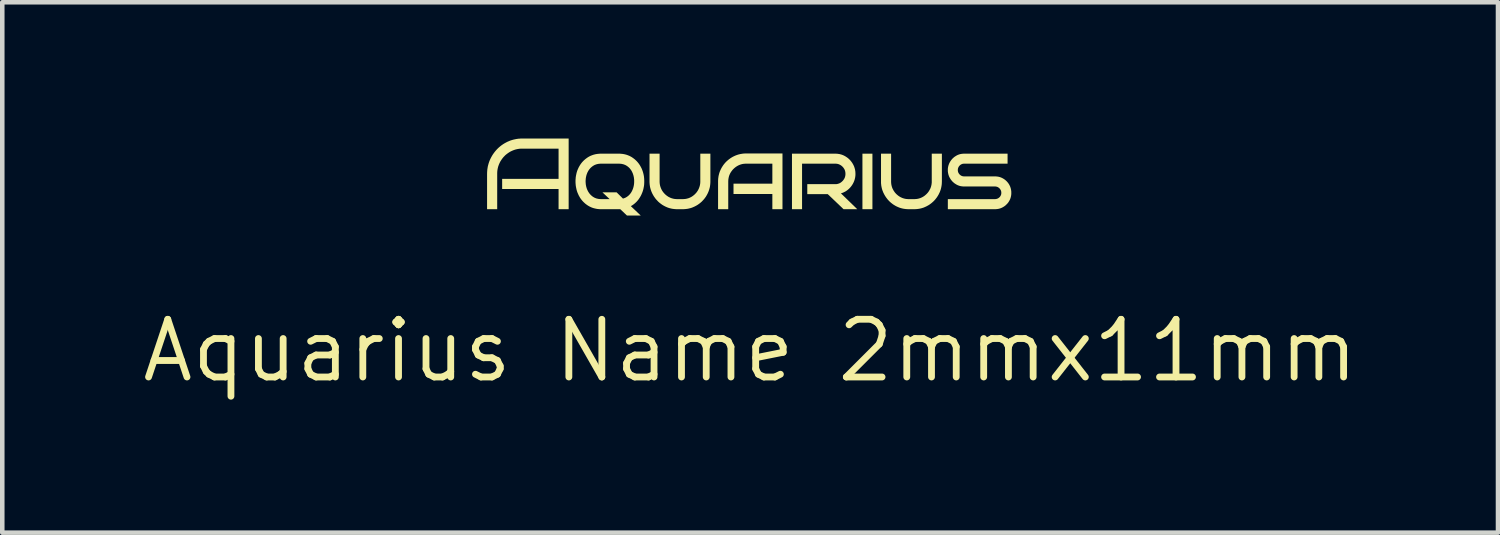
<source format=kicad_pcb>
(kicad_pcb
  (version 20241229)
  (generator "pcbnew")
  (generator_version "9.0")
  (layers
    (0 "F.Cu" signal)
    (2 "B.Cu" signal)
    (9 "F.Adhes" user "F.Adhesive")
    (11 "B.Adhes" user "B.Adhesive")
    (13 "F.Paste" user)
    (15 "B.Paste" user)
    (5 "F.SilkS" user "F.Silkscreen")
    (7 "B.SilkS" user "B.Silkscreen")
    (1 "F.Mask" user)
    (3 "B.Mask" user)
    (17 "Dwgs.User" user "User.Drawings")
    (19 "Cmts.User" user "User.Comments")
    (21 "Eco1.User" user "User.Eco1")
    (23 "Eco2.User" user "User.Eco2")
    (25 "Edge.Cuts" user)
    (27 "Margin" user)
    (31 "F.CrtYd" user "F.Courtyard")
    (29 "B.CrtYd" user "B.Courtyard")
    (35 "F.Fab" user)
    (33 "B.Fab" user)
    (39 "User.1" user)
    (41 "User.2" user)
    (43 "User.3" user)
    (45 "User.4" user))
  (footprint "Aquarius Name 2mmx11mm"
    (layer "F.Cu")
    (at 13.498 1.944)
    (property "Reference" "Aquarius Name 2mmx11mm" (at -0.034 2.725 0) (layer "F.SilkS") (effects (font (size 1.27 1.27) (thickness 0.15))))
    (fp_poly (pts (xy 2.657 -0.389) (xy 2.437 -0.389) (xy 2.437 -1.611) (xy 2.657 -1.611)) (stroke (width -0.000001) (type solid)) (fill yes) (layer "F.SilkS"))
    (fp_poly (pts (xy -4.03 -0.389) (xy -4.252 -0.389) (xy -4.252 -0.833) (xy -5.494 -0.833) (xy -5.494 -1.056) (xy -4.252 -1.056) (xy -4.252 -1.722) (xy -5.05 -1.722) (xy -5.069 -1.722) (xy -5.087 -1.721) (xy -5.106 -1.72) (xy -5.124 -1.718) (xy -5.142 -1.715) (xy -5.16 -1.712) (xy -5.178 -1.708) (xy -5.195 -1.704) (xy -5.212 -1.699) (xy -5.229 -1.693) (xy -5.246 -1.687) (xy -5.263 -1.68) (xy -5.279 -1.673) (xy -5.296 -1.665) (xy -5.312 -1.657) (xy -5.328 -1.648) (xy -5.343 -1.638) (xy -5.359 -1.628) (xy -5.373 -1.618) (xy -5.388 -1.607) (xy -5.402 -1.596) (xy -5.415 -1.585) (xy -5.429 -1.573) (xy -5.441 -1.56) (xy -5.454 -1.547) (xy -5.466 -1.534) (xy -5.477 -1.521) (xy -5.488 -1.507) (xy -5.499 -1.492) (xy -5.509 -1.478) (xy -5.519 -1.462) (xy -5.529 -1.447) (xy -5.538 -1.431) (xy -5.546 -1.415) (xy -5.554 -1.398) (xy -5.561 -1.382) (xy -5.568 -1.365) (xy -5.574 -1.348) (xy -5.58 -1.331) (xy -5.585 -1.313) (xy -5.589 -1.296) (xy -5.593 -1.278) (xy -5.596 -1.26) (xy -5.599 -1.242) (xy -5.601 -1.223) (xy -5.602 -1.205) (xy -5.603 -1.186) (xy -5.603 -1.167) (xy -5.603 -0.389) (xy -5.826 -0.389) (xy -5.826 -1.167) (xy -5.825 -1.187) (xy -5.825 -1.206) (xy -5.823 -1.226) (xy -5.822 -1.245) (xy -5.82 -1.265) (xy -5.817 -1.284) (xy -5.814 -1.303) (xy -5.811 -1.322) (xy -5.807 -1.341) (xy -5.802 -1.359) (xy -5.797 -1.378) (xy -5.792 -1.396) (xy -5.786 -1.414) (xy -5.78 -1.432) (xy -5.773 -1.45) (xy -5.766 -1.468) (xy -5.758 -1.485) (xy -5.75 -1.503) (xy -5.741 -1.519) (xy -5.733 -1.536) (xy -5.723 -1.553) (xy -5.714 -1.569) (xy -5.704 -1.585) (xy -5.694 -1.601) (xy -5.683 -1.616) (xy -5.672 -1.631) (xy -5.661 -1.646) (xy -5.649 -1.661) (xy -5.637 -1.675) (xy -5.625 -1.689) (xy -5.612 -1.703) (xy -5.599 -1.717) (xy -5.585 -1.73) (xy -5.572 -1.743) (xy -5.558 -1.755) (xy -5.543 -1.768) (xy -5.529 -1.779) (xy -5.514 -1.791) (xy -5.499 -1.802) (xy -5.484 -1.812) (xy -5.468 -1.823) (xy -5.452 -1.833) (xy -5.436 -1.842) (xy -5.42 -1.851) (xy -5.403 -1.86) (xy -5.386 -1.869) (xy -5.369 -1.877) (xy -5.351 -1.884) (xy -5.333 -1.892) (xy -5.316 -1.899) (xy -5.298 -1.905) (xy -5.279 -1.911) (xy -5.261 -1.916) (xy -5.243 -1.921) (xy -5.224 -1.925) (xy -5.205 -1.929) (xy -5.186 -1.933) (xy -5.167 -1.936) (xy -5.148 -1.939) (xy -5.129 -1.941) (xy -5.109 -1.942) (xy -5.09 -1.944) (xy -5.07 -1.944) (xy -5.05 -1.944) (xy -4.03 -1.944)) (stroke (width -0.000001) (type solid)) (fill yes) (layer "F.SilkS"))
    (fp_poly (pts (xy 0.677 -0.389) (xy 0.454 -0.389) (xy 0.454 -0.724) (xy -0.401 -0.724) (xy -0.401 -0.951) (xy 0.454 -0.951) (xy 0.454 -1.391) (xy -0.123 -1.391) (xy -0.137 -1.391) (xy -0.15 -1.39) (xy -0.163 -1.389) (xy -0.177 -1.388) (xy -0.189 -1.386) (xy -0.202 -1.384) (xy -0.215 -1.381) (xy -0.227 -1.378) (xy -0.24 -1.374) (xy -0.252 -1.37) (xy -0.264 -1.366) (xy -0.275 -1.361) (xy -0.287 -1.356) (xy -0.299 -1.35) (xy -0.31 -1.344) (xy -0.321 -1.338) (xy -0.332 -1.331) (xy -0.343 -1.324) (xy -0.353 -1.317) (xy -0.363 -1.309) (xy -0.373 -1.301) (xy -0.383 -1.293) (xy -0.392 -1.284) (xy -0.401 -1.276) (xy -0.41 -1.267) (xy -0.418 -1.258) (xy -0.427 -1.248) (xy -0.434 -1.238) (xy -0.442 -1.228) (xy -0.449 -1.218) (xy -0.457 -1.207) (xy -0.463 -1.197) (xy -0.47 -1.186) (xy -0.476 -1.174) (xy -0.481 -1.163) (xy -0.487 -1.151) (xy -0.491 -1.14) (xy -0.496 -1.128) (xy -0.5 -1.116) (xy -0.503 -1.104) (xy -0.506 -1.091) (xy -0.509 -1.079) (xy -0.511 -1.066) (xy -0.513 -1.053) (xy -0.515 -1.04) (xy -0.516 -1.027) (xy -0.516 -1.014) (xy -0.517 -1) (xy -0.517 -0.389) (xy -0.741 -0.389) (xy -0.741 -1) (xy -0.741 -1.016) (xy -0.74 -1.031) (xy -0.739 -1.047) (xy -0.738 -1.062) (xy -0.736 -1.078) (xy -0.734 -1.093) (xy -0.732 -1.108) (xy -0.729 -1.123) (xy -0.726 -1.138) (xy -0.722 -1.153) (xy -0.719 -1.167) (xy -0.714 -1.182) (xy -0.71 -1.196) (xy -0.705 -1.211) (xy -0.699 -1.225) (xy -0.693 -1.239) (xy -0.687 -1.253) (xy -0.681 -1.266) (xy -0.674 -1.28) (xy -0.667 -1.293) (xy -0.66 -1.306) (xy -0.652 -1.319) (xy -0.644 -1.332) (xy -0.636 -1.344) (xy -0.628 -1.356) (xy -0.619 -1.368) (xy -0.61 -1.38) (xy -0.6 -1.392) (xy -0.591 -1.403) (xy -0.581 -1.414) (xy -0.571 -1.425) (xy -0.56 -1.436) (xy -0.549 -1.446) (xy -0.538 -1.456) (xy -0.527 -1.466) (xy -0.516 -1.475) (xy -0.504 -1.485) (xy -0.492 -1.494) (xy -0.48 -1.502) (xy -0.468 -1.511) (xy -0.455 -1.519) (xy -0.443 -1.527) (xy -0.43 -1.534) (xy -0.417 -1.542) (xy -0.403 -1.549) (xy -0.39 -1.555) (xy -0.376 -1.562) (xy -0.362 -1.568) (xy -0.348 -1.574) (xy -0.334 -1.579) (xy -0.32 -1.584) (xy -0.305 -1.589) (xy -0.291 -1.593) (xy -0.276 -1.597) (xy -0.261 -1.6) (xy -0.246 -1.604) (xy -0.231 -1.606) (xy -0.216 -1.609) (xy -0.201 -1.611) (xy -0.186 -1.613) (xy -0.17 -1.614) (xy -0.155 -1.615) (xy -0.139 -1.615) (xy -0.123 -1.616) (xy 0.677 -1.616)) (stroke (width -0.000001) (type solid)) (fill yes) (layer "F.SilkS"))
    (fp_poly (pts (xy 1.854 -1.611) (xy 1.87 -1.61) (xy 1.885 -1.609) (xy 1.9 -1.607) (xy 1.914 -1.605) (xy 1.929 -1.603) (xy 1.943 -1.6) (xy 1.957 -1.596) (xy 1.971 -1.592) (xy 1.985 -1.588) (xy 1.998 -1.583) (xy 2.012 -1.577) (xy 2.025 -1.572) (xy 2.038 -1.565) (xy 2.051 -1.558) (xy 2.063 -1.551) (xy 2.076 -1.543) (xy 2.088 -1.535) (xy 2.099 -1.527) (xy 2.111 -1.519) (xy 2.122 -1.51) (xy 2.133 -1.5) (xy 2.143 -1.491) (xy 2.153 -1.481) (xy 2.163 -1.471) (xy 2.173 -1.46) (xy 2.182 -1.449) (xy 2.191 -1.438) (xy 2.199 -1.426) (xy 2.208 -1.415) (xy 2.216 -1.402) (xy 2.223 -1.39) (xy 2.231 -1.377) (xy 2.237 -1.364) (xy 2.244 -1.351) (xy 2.25 -1.338) (xy 2.255 -1.325) (xy 2.26 -1.311) (xy 2.264 -1.297) (xy 2.268 -1.284) (xy 2.272 -1.27) (xy 2.275 -1.255) (xy 2.277 -1.241) (xy 2.28 -1.226) (xy 2.281 -1.212) (xy 2.282 -1.197) (xy 2.283 -1.182) (xy 2.283 -1.167) (xy 2.283 -1.154) (xy 2.283 -1.142) (xy 2.282 -1.13) (xy 2.281 -1.117) (xy 2.279 -1.105) (xy 2.278 -1.093) (xy 2.275 -1.081) (xy 2.273 -1.07) (xy 2.27 -1.058) (xy 2.267 -1.046) (xy 2.264 -1.035) (xy 2.26 -1.024) (xy 2.256 -1.012) (xy 2.252 -1.001) (xy 2.247 -0.99) (xy 2.242 -0.979) (xy 2.237 -0.968) (xy 2.231 -0.957) (xy 2.226 -0.947) (xy 2.22 -0.937) (xy 2.213 -0.926) (xy 2.207 -0.916) (xy 2.2 -0.907) (xy 2.193 -0.897) (xy 2.186 -0.888) (xy 2.179 -0.879) (xy 2.171 -0.87) (xy 2.163 -0.861) (xy 2.155 -0.852) (xy 2.146 -0.844) (xy 2.138 -0.836) (xy 2.129 -0.828) (xy 2.12 -0.82) (xy 2.111 -0.813) (xy 2.101 -0.805) (xy 2.091 -0.798) (xy 2.082 -0.792) (xy 2.072 -0.785) (xy 2.062 -0.779) (xy 2.051 -0.774) (xy 2.041 -0.768) (xy 2.03 -0.763) (xy 2.02 -0.758) (xy 2.009 -0.753) (xy 1.998 -0.749) (xy 1.986 -0.745) (xy 1.975 -0.741) (xy 1.963 -0.738) (xy 2.323 -0.389) (xy 2.021 -0.389) (xy 1.674 -0.72) (xy 1.223 -0.72) (xy 1.223 -0.94) (xy 1.839 -0.94) (xy 1.85 -0.94) (xy 1.862 -0.941) (xy 1.873 -0.942) (xy 1.884 -0.944) (xy 1.895 -0.947) (xy 1.905 -0.95) (xy 1.915 -0.953) (xy 1.925 -0.957) (xy 1.935 -0.961) (xy 1.945 -0.966) (xy 1.954 -0.972) (xy 1.963 -0.978) (xy 1.972 -0.985) (xy 1.981 -0.992) (xy 1.989 -1) (xy 1.998 -1.008) (xy 2.006 -1.016) (xy 2.013 -1.025) (xy 2.02 -1.034) (xy 2.026 -1.043) (xy 2.032 -1.052) (xy 2.038 -1.062) (xy 2.043 -1.072) (xy 2.047 -1.081) (xy 2.051 -1.091) (xy 2.054 -1.102) (xy 2.057 -1.112) (xy 2.059 -1.123) (xy 2.061 -1.133) (xy 2.062 -1.144) (xy 2.063 -1.155) (xy 2.063 -1.167) (xy 2.063 -1.178) (xy 2.062 -1.19) (xy 2.061 -1.201) (xy 2.059 -1.212) (xy 2.057 -1.222) (xy 2.054 -1.233) (xy 2.051 -1.243) (xy 2.047 -1.253) (xy 2.043 -1.263) (xy 2.038 -1.272) (xy 2.032 -1.282) (xy 2.026 -1.291) (xy 2.02 -1.3) (xy 2.013 -1.309) (xy 2.006 -1.317) (xy 1.998 -1.326) (xy 1.989 -1.333) (xy 1.981 -1.341) (xy 1.972 -1.348) (xy 1.963 -1.354) (xy 1.954 -1.36) (xy 1.945 -1.365) (xy 1.935 -1.37) (xy 1.925 -1.375) (xy 1.915 -1.379) (xy 1.905 -1.382) (xy 1.895 -1.385) (xy 1.884 -1.387) (xy 1.873 -1.389) (xy 1.862 -1.39) (xy 1.85 -1.391) (xy 1.839 -1.391) (xy 1.108 -1.391) (xy 1.108 -0.389) (xy 0.886 -0.389) (xy 0.886 -1.611) (xy 1.839 -1.611)) (stroke (width -0.000001) (type solid)) (fill yes) (layer "F.SilkS"))
    (fp_poly (pts (xy -2.028 -1) (xy -2.028 -0.987) (xy -2.027 -0.974) (xy -2.026 -0.961) (xy -2.025 -0.948) (xy -2.023 -0.935) (xy -2.02 -0.922) (xy -2.018 -0.91) (xy -2.015 -0.898) (xy -2.011 -0.886) (xy -2.007 -0.874) (xy -2.003 -0.862) (xy -1.998 -0.85) (xy -1.993 -0.838) (xy -1.988 -0.827) (xy -1.982 -0.816) (xy -1.976 -0.804) (xy -1.969 -0.793) (xy -1.962 -0.783) (xy -1.955 -0.772) (xy -1.947 -0.762) (xy -1.939 -0.752) (xy -1.931 -0.743) (xy -1.923 -0.734) (xy -1.914 -0.725) (xy -1.906 -0.716) (xy -1.896 -0.708) (xy -1.887 -0.7) (xy -1.877 -0.692) (xy -1.867 -0.684) (xy -1.857 -0.677) (xy -1.846 -0.67) (xy -1.836 -0.663) (xy -1.825 -0.657) (xy -1.813 -0.651) (xy -1.802 -0.646) (xy -1.79 -0.64) (xy -1.779 -0.636) (xy -1.767 -0.631) (xy -1.755 -0.628) (xy -1.743 -0.624) (xy -1.731 -0.621) (xy -1.718 -0.618) (xy -1.706 -0.616) (xy -1.693 -0.614) (xy -1.68 -0.613) (xy -1.667 -0.612) (xy -1.654 -0.611) (xy -1.641 -0.611) (xy -1.519 -0.611) (xy -1.505 -0.611) (xy -1.492 -0.612) (xy -1.479 -0.613) (xy -1.466 -0.614) (xy -1.453 -0.616) (xy -1.44 -0.618) (xy -1.428 -0.621) (xy -1.416 -0.624) (xy -1.403 -0.628) (xy -1.391 -0.631) (xy -1.38 -0.636) (xy -1.368 -0.64) (xy -1.357 -0.646) (xy -1.345 -0.651) (xy -1.334 -0.657) (xy -1.323 -0.663) (xy -1.313 -0.67) (xy -1.302 -0.677) (xy -1.292 -0.684) (xy -1.282 -0.692) (xy -1.273 -0.7) (xy -1.263 -0.708) (xy -1.254 -0.716) (xy -1.245 -0.725) (xy -1.237 -0.734) (xy -1.228 -0.743) (xy -1.22 -0.752) (xy -1.213 -0.762) (xy -1.205 -0.772) (xy -1.198 -0.783) (xy -1.191 -0.793) (xy -1.184 -0.804) (xy -1.178 -0.816) (xy -1.172 -0.827) (xy -1.167 -0.838) (xy -1.162 -0.85) (xy -1.157 -0.862) (xy -1.153 -0.874) (xy -1.149 -0.886) (xy -1.145 -0.898) (xy -1.142 -0.91) (xy -1.14 -0.922) (xy -1.137 -0.935) (xy -1.135 -0.948) (xy -1.134 -0.961) (xy -1.133 -0.974) (xy -1.132 -0.987) (xy -1.132 -1) (xy -1.132 -1.611) (xy -0.91 -1.611) (xy -0.91 -1) (xy -0.91 -0.984) (xy -0.911 -0.969) (xy -0.912 -0.953) (xy -0.913 -0.938) (xy -0.915 -0.922) (xy -0.917 -0.907) (xy -0.919 -0.892) (xy -0.922 -0.877) (xy -0.925 -0.862) (xy -0.929 -0.848) (xy -0.933 -0.833) (xy -0.937 -0.819) (xy -0.942 -0.804) (xy -0.947 -0.79) (xy -0.952 -0.776) (xy -0.958 -0.762) (xy -0.964 -0.748) (xy -0.97 -0.735) (xy -0.977 -0.722) (xy -0.984 -0.708) (xy -0.991 -0.695) (xy -0.999 -0.683) (xy -1.006 -0.67) (xy -1.014 -0.658) (xy -1.023 -0.646) (xy -1.031 -0.634) (xy -1.04 -0.623) (xy -1.049 -0.611) (xy -1.059 -0.6) (xy -1.069 -0.589) (xy -1.079 -0.578) (xy -1.089 -0.568) (xy -1.099 -0.557) (xy -1.11 -0.547) (xy -1.121 -0.538) (xy -1.132 -0.528) (xy -1.144 -0.519) (xy -1.155 -0.51) (xy -1.167 -0.502) (xy -1.179 -0.493) (xy -1.191 -0.485) (xy -1.203 -0.477) (xy -1.216 -0.47) (xy -1.229 -0.463) (xy -1.242 -0.456) (xy -1.255 -0.449) (xy -1.269 -0.443) (xy -1.282 -0.437) (xy -1.296 -0.431) (xy -1.31 -0.425) (xy -1.324 -0.42) (xy -1.338 -0.416) (xy -1.353 -0.411) (xy -1.367 -0.408) (xy -1.382 -0.404) (xy -1.396 -0.401) (xy -1.411 -0.398) (xy -1.426 -0.396) (xy -1.441 -0.394) (xy -1.457 -0.392) (xy -1.472 -0.391) (xy -1.487 -0.39) (xy -1.503 -0.389) (xy -1.519 -0.389) (xy -1.641 -0.389) (xy -1.657 -0.389) (xy -1.673 -0.39) (xy -1.688 -0.391) (xy -1.703 -0.392) (xy -1.719 -0.394) (xy -1.734 -0.396) (xy -1.749 -0.398) (xy -1.764 -0.401) (xy -1.778 -0.404) (xy -1.793 -0.408) (xy -1.807 -0.411) (xy -1.822 -0.416) (xy -1.836 -0.42) (xy -1.85 -0.425) (xy -1.864 -0.431) (xy -1.878 -0.437) (xy -1.891 -0.443) (xy -1.905 -0.449) (xy -1.918 -0.456) (xy -1.931 -0.463) (xy -1.944 -0.47) (xy -1.957 -0.478) (xy -1.969 -0.485) (xy -1.981 -0.494) (xy -1.993 -0.502) (xy -2.005 -0.511) (xy -2.016 -0.52) (xy -2.028 -0.529) (xy -2.039 -0.538) (xy -2.05 -0.548) (xy -2.061 -0.558) (xy -2.071 -0.569) (xy -2.081 -0.58) (xy -2.091 -0.59) (xy -2.101 -0.601) (xy -2.111 -0.613) (xy -2.12 -0.624) (xy -2.129 -0.636) (xy -2.137 -0.648) (xy -2.146 -0.66) (xy -2.154 -0.672) (xy -2.161 -0.684) (xy -2.169 -0.697) (xy -2.176 -0.71) (xy -2.183 -0.723) (xy -2.19 -0.736) (xy -2.196 -0.75) (xy -2.202 -0.763) (xy -2.208 -0.777) (xy -2.213 -0.791) (xy -2.218 -0.805) (xy -2.223 -0.819) (xy -2.227 -0.834) (xy -2.231 -0.848) (xy -2.235 -0.863) (xy -2.238 -0.877) (xy -2.241 -0.892) (xy -2.243 -0.907) (xy -2.245 -0.922) (xy -2.247 -0.938) (xy -2.248 -0.953) (xy -2.249 -0.969) (xy -2.25 -0.984) (xy -2.25 -1) (xy -2.25 -1.611) (xy -2.028 -1.611)) (stroke (width -0.000001) (type solid)) (fill yes) (layer "F.SilkS"))
    (fp_poly (pts (xy 3.068 -1) (xy 3.068 -0.987) (xy 3.069 -0.974) (xy 3.07 -0.961) (xy 3.071 -0.948) (xy 3.073 -0.935) (xy 3.075 -0.922) (xy 3.078 -0.91) (xy 3.081 -0.898) (xy 3.084 -0.886) (xy 3.088 -0.874) (xy 3.092 -0.862) (xy 3.097 -0.85) (xy 3.102 -0.838) (xy 3.108 -0.827) (xy 3.114 -0.816) (xy 3.12 -0.804) (xy 3.127 -0.793) (xy 3.134 -0.783) (xy 3.141 -0.772) (xy 3.148 -0.762) (xy 3.156 -0.752) (xy 3.164 -0.743) (xy 3.172 -0.734) (xy 3.181 -0.725) (xy 3.19 -0.716) (xy 3.199 -0.708) (xy 3.209 -0.7) (xy 3.218 -0.692) (xy 3.228 -0.684) (xy 3.239 -0.677) (xy 3.249 -0.67) (xy 3.26 -0.663) (xy 3.271 -0.657) (xy 3.282 -0.651) (xy 3.294 -0.646) (xy 3.305 -0.64) (xy 3.317 -0.636) (xy 3.328 -0.631) (xy 3.34 -0.628) (xy 3.353 -0.624) (xy 3.365 -0.621) (xy 3.377 -0.618) (xy 3.39 -0.616) (xy 3.402 -0.614) (xy 3.415 -0.613) (xy 3.428 -0.612) (xy 3.441 -0.611) (xy 3.454 -0.611) (xy 3.577 -0.611) (xy 3.59 -0.611) (xy 3.604 -0.612) (xy 3.617 -0.613) (xy 3.63 -0.614) (xy 3.643 -0.616) (xy 3.655 -0.618) (xy 3.668 -0.621) (xy 3.68 -0.624) (xy 3.692 -0.628) (xy 3.704 -0.631) (xy 3.716 -0.636) (xy 3.727 -0.64) (xy 3.739 -0.646) (xy 3.75 -0.651) (xy 3.761 -0.657) (xy 3.772 -0.663) (xy 3.783 -0.67) (xy 3.793 -0.677) (xy 3.804 -0.684) (xy 3.813 -0.692) (xy 3.823 -0.7) (xy 3.832 -0.708) (xy 3.841 -0.716) (xy 3.85 -0.725) (xy 3.859 -0.734) (xy 3.867 -0.743) (xy 3.875 -0.752) (xy 3.883 -0.762) (xy 3.89 -0.772) (xy 3.898 -0.783) (xy 3.904 -0.793) (xy 3.911 -0.804) (xy 3.917 -0.816) (xy 3.923 -0.827) (xy 3.929 -0.838) (xy 3.934 -0.85) (xy 3.939 -0.862) (xy 3.943 -0.874) (xy 3.947 -0.886) (xy 3.95 -0.898) (xy 3.953 -0.91) (xy 3.956 -0.922) (xy 3.958 -0.935) (xy 3.96 -0.948) (xy 3.961 -0.961) (xy 3.963 -0.974) (xy 3.963 -0.987) (xy 3.963 -1) (xy 3.963 -1.611) (xy 4.186 -1.611) (xy 4.186 -1) (xy 4.185 -0.984) (xy 4.185 -0.969) (xy 4.184 -0.953) (xy 4.183 -0.938) (xy 4.181 -0.922) (xy 4.179 -0.907) (xy 4.176 -0.892) (xy 4.174 -0.877) (xy 4.17 -0.862) (xy 4.167 -0.848) (xy 4.163 -0.833) (xy 4.159 -0.819) (xy 4.154 -0.804) (xy 4.149 -0.79) (xy 4.144 -0.776) (xy 4.138 -0.762) (xy 4.132 -0.748) (xy 4.125 -0.735) (xy 4.119 -0.722) (xy 4.112 -0.708) (xy 4.104 -0.695) (xy 4.097 -0.683) (xy 4.089 -0.67) (xy 4.081 -0.658) (xy 4.073 -0.646) (xy 4.064 -0.634) (xy 4.055 -0.623) (xy 4.046 -0.611) (xy 4.037 -0.6) (xy 4.027 -0.589) (xy 4.017 -0.578) (xy 4.007 -0.568) (xy 3.996 -0.557) (xy 3.985 -0.547) (xy 3.974 -0.538) (xy 3.963 -0.528) (xy 3.952 -0.519) (xy 3.94 -0.51) (xy 3.929 -0.502) (xy 3.917 -0.493) (xy 3.904 -0.485) (xy 3.892 -0.477) (xy 3.879 -0.47) (xy 3.867 -0.463) (xy 3.854 -0.456) (xy 3.84 -0.449) (xy 3.827 -0.443) (xy 3.813 -0.437) (xy 3.8 -0.431) (xy 3.786 -0.425) (xy 3.771 -0.42) (xy 3.757 -0.416) (xy 3.743 -0.411) (xy 3.728 -0.408) (xy 3.714 -0.404) (xy 3.699 -0.401) (xy 3.684 -0.398) (xy 3.669 -0.396) (xy 3.654 -0.394) (xy 3.639 -0.392) (xy 3.624 -0.391) (xy 3.608 -0.39) (xy 3.592 -0.389) (xy 3.577 -0.389) (xy 3.454 -0.389) (xy 3.439 -0.389) (xy 3.423 -0.39) (xy 3.408 -0.391) (xy 3.392 -0.392) (xy 3.377 -0.394) (xy 3.362 -0.396) (xy 3.347 -0.398) (xy 3.332 -0.401) (xy 3.317 -0.404) (xy 3.303 -0.408) (xy 3.288 -0.411) (xy 3.274 -0.416) (xy 3.26 -0.42) (xy 3.246 -0.425) (xy 3.232 -0.431) (xy 3.218 -0.437) (xy 3.204 -0.443) (xy 3.191 -0.449) (xy 3.177 -0.456) (xy 3.164 -0.463) (xy 3.152 -0.47) (xy 3.139 -0.478) (xy 3.127 -0.485) (xy 3.114 -0.494) (xy 3.102 -0.502) (xy 3.091 -0.511) (xy 3.079 -0.52) (xy 3.068 -0.529) (xy 3.057 -0.538) (xy 3.046 -0.548) (xy 3.035 -0.558) (xy 3.024 -0.569) (xy 3.014 -0.58) (xy 3.004 -0.59) (xy 2.994 -0.601) (xy 2.985 -0.613) (xy 2.976 -0.624) (xy 2.967 -0.636) (xy 2.958 -0.648) (xy 2.95 -0.66) (xy 2.942 -0.672) (xy 2.934 -0.684) (xy 2.927 -0.697) (xy 2.919 -0.71) (xy 2.913 -0.723) (xy 2.906 -0.736) (xy 2.899 -0.75) (xy 2.893 -0.763) (xy 2.888 -0.777) (xy 2.882 -0.791) (xy 2.877 -0.805) (xy 2.872 -0.819) (xy 2.868 -0.834) (xy 2.864 -0.848) (xy 2.861 -0.863) (xy 2.857 -0.877) (xy 2.855 -0.892) (xy 2.852 -0.907) (xy 2.85 -0.922) (xy 2.849 -0.938) (xy 2.847 -0.953) (xy 2.846 -0.969) (xy 2.846 -0.984) (xy 2.846 -1) (xy 2.846 -1.611) (xy 3.068 -1.611)) (stroke (width -0.000001) (type solid)) (fill yes) (layer "F.SilkS"))
    (fp_poly (pts (xy 5.632 -1.391) (xy 4.674 -1.391) (xy 4.668 -1.391) (xy 4.661 -1.39) (xy 4.654 -1.39) (xy 4.648 -1.389) (xy 4.641 -1.387) (xy 4.635 -1.385) (xy 4.629 -1.383) (xy 4.623 -1.381) (xy 4.617 -1.378) (xy 4.611 -1.375) (xy 4.605 -1.372) (xy 4.599 -1.368) (xy 4.594 -1.364) (xy 4.588 -1.36) (xy 4.583 -1.355) (xy 4.578 -1.35) (xy 4.573 -1.345) (xy 4.568 -1.339) (xy 4.564 -1.334) (xy 4.56 -1.328) (xy 4.556 -1.323) (xy 4.553 -1.317) (xy 4.55 -1.311) (xy 4.547 -1.305) (xy 4.545 -1.298) (xy 4.542 -1.292) (xy 4.541 -1.286) (xy 4.539 -1.279) (xy 4.538 -1.272) (xy 4.537 -1.265) (xy 4.537 -1.258) (xy 4.537 -1.251) (xy 4.537 -1.244) (xy 4.537 -1.237) (xy 4.538 -1.23) (xy 4.539 -1.223) (xy 4.541 -1.217) (xy 4.542 -1.21) (xy 4.545 -1.204) (xy 4.547 -1.197) (xy 4.55 -1.191) (xy 4.553 -1.185) (xy 4.556 -1.18) (xy 4.56 -1.174) (xy 4.564 -1.168) (xy 4.568 -1.163) (xy 4.573 -1.157) (xy 4.578 -1.152) (xy 4.583 -1.147) (xy 4.588 -1.143) (xy 4.594 -1.138) (xy 4.599 -1.134) (xy 4.605 -1.131) (xy 4.611 -1.127) (xy 4.617 -1.124) (xy 4.623 -1.121) (xy 4.629 -1.119) (xy 4.635 -1.117) (xy 4.641 -1.115) (xy 4.648 -1.114) (xy 4.654 -1.113) (xy 4.661 -1.112) (xy 4.668 -1.111) (xy 4.674 -1.111) (xy 5.354 -1.111) (xy 5.367 -1.111) (xy 5.379 -1.11) (xy 5.391 -1.109) (xy 5.403 -1.108) (xy 5.415 -1.106) (xy 5.427 -1.104) (xy 5.439 -1.102) (xy 5.45 -1.099) (xy 5.461 -1.096) (xy 5.473 -1.092) (xy 5.484 -1.088) (xy 5.494 -1.084) (xy 5.505 -1.079) (xy 5.516 -1.074) (xy 5.526 -1.068) (xy 5.537 -1.062) (xy 5.547 -1.056) (xy 5.557 -1.049) (xy 5.566 -1.043) (xy 5.576 -1.036) (xy 5.585 -1.028) (xy 5.593 -1.021) (xy 5.602 -1.013) (xy 5.61 -1.005) (xy 5.618 -0.997) (xy 5.626 -0.988) (xy 5.633 -0.979) (xy 5.641 -0.97) (xy 5.648 -0.961) (xy 5.654 -0.951) (xy 5.661 -0.941) (xy 5.667 -0.931) (xy 5.672 -0.921) (xy 5.678 -0.91) (xy 5.683 -0.9) (xy 5.688 -0.889) (xy 5.692 -0.878) (xy 5.696 -0.867) (xy 5.699 -0.856) (xy 5.703 -0.844) (xy 5.705 -0.833) (xy 5.708 -0.821) (xy 5.71 -0.81) (xy 5.711 -0.798) (xy 5.713 -0.786) (xy 5.714 -0.774) (xy 5.714 -0.761) (xy 5.714 -0.749) (xy 5.714 -0.736) (xy 5.714 -0.724) (xy 5.713 -0.712) (xy 5.711 -0.7) (xy 5.71 -0.688) (xy 5.708 -0.677) (xy 5.705 -0.665) (xy 5.703 -0.654) (xy 5.699 -0.642) (xy 5.696 -0.631) (xy 5.692 -0.62) (xy 5.688 -0.609) (xy 5.683 -0.599) (xy 5.678 -0.588) (xy 5.672 -0.578) (xy 5.667 -0.568) (xy 5.661 -0.558) (xy 5.654 -0.548) (xy 5.648 -0.538) (xy 5.641 -0.529) (xy 5.633 -0.52) (xy 5.626 -0.511) (xy 5.618 -0.503) (xy 5.61 -0.495) (xy 5.602 -0.487) (xy 5.593 -0.479) (xy 5.585 -0.471) (xy 5.576 -0.464) (xy 5.566 -0.457) (xy 5.557 -0.45) (xy 5.547 -0.444) (xy 5.537 -0.438) (xy 5.526 -0.432) (xy 5.516 -0.426) (xy 5.505 -0.421) (xy 5.494 -0.416) (xy 5.484 -0.412) (xy 5.473 -0.408) (xy 5.461 -0.404) (xy 5.45 -0.401) (xy 5.439 -0.398) (xy 5.427 -0.396) (xy 5.415 -0.394) (xy 5.403 -0.392) (xy 5.391 -0.391) (xy 5.379 -0.39) (xy 5.367 -0.389) (xy 5.354 -0.389) (xy 4.317 -0.389) (xy 4.317 -0.611) (xy 5.354 -0.611) (xy 5.362 -0.611) (xy 5.369 -0.612) (xy 5.376 -0.613) (xy 5.382 -0.614) (xy 5.389 -0.615) (xy 5.395 -0.617) (xy 5.402 -0.619) (xy 5.408 -0.621) (xy 5.414 -0.624) (xy 5.42 -0.627) (xy 5.426 -0.63) (xy 5.432 -0.634) (xy 5.437 -0.638) (xy 5.443 -0.642) (xy 5.448 -0.646) (xy 5.453 -0.651) (xy 5.458 -0.656) (xy 5.463 -0.661) (xy 5.467 -0.667) (xy 5.471 -0.672) (xy 5.475 -0.678) (xy 5.478 -0.684) (xy 5.481 -0.69) (xy 5.484 -0.696) (xy 5.487 -0.702) (xy 5.489 -0.708) (xy 5.49 -0.714) (xy 5.492 -0.721) (xy 5.493 -0.728) (xy 5.494 -0.735) (xy 5.494 -0.742) (xy 5.494 -0.749) (xy 5.494 -0.756) (xy 5.494 -0.763) (xy 5.493 -0.77) (xy 5.492 -0.777) (xy 5.49 -0.783) (xy 5.489 -0.79) (xy 5.487 -0.796) (xy 5.484 -0.802) (xy 5.481 -0.809) (xy 5.478 -0.815) (xy 5.475 -0.82) (xy 5.471 -0.826) (xy 5.467 -0.832) (xy 5.463 -0.837) (xy 5.458 -0.843) (xy 5.453 -0.848) (xy 5.448 -0.853) (xy 5.443 -0.857) (xy 5.437 -0.862) (xy 5.432 -0.866) (xy 5.426 -0.869) (xy 5.42 -0.873) (xy 5.414 -0.876) (xy 5.408 -0.879) (xy 5.402 -0.881) (xy 5.395 -0.883) (xy 5.389 -0.885) (xy 5.382 -0.886) (xy 5.376 -0.887) (xy 5.369 -0.888) (xy 5.362 -0.889) (xy 5.354 -0.889) (xy 4.674 -0.889) (xy 4.662 -0.889) (xy 4.65 -0.89) (xy 4.638 -0.891) (xy 4.627 -0.892) (xy 4.615 -0.894) (xy 4.603 -0.896) (xy 4.592 -0.898) (xy 4.581 -0.901) (xy 4.57 -0.904) (xy 4.559 -0.908) (xy 4.548 -0.912) (xy 4.537 -0.916) (xy 4.527 -0.921) (xy 4.516 -0.926) (xy 4.506 -0.932) (xy 4.496 -0.938) (xy 4.486 -0.944) (xy 4.476 -0.951) (xy 4.466 -0.957) (xy 4.457 -0.964) (xy 4.448 -0.972) (xy 4.439 -0.979) (xy 4.431 -0.987) (xy 4.422 -0.995) (xy 4.414 -1.003) (xy 4.407 -1.012) (xy 4.399 -1.021) (xy 4.392 -1.03) (xy 4.385 -1.039) (xy 4.378 -1.049) (xy 4.372 -1.059) (xy 4.366 -1.069) (xy 4.36 -1.079) (xy 4.354 -1.09) (xy 4.349 -1.1) (xy 4.344 -1.111) (xy 4.34 -1.122) (xy 4.336 -1.133) (xy 4.332 -1.144) (xy 4.329 -1.156) (xy 4.326 -1.167) (xy 4.324 -1.179) (xy 4.321 -1.19) (xy 4.32 -1.202) (xy 4.318 -1.214) (xy 4.317 -1.226) (xy 4.317 -1.239) (xy 4.317 -1.251) (xy 4.317 -1.263) (xy 4.317 -1.275) (xy 4.318 -1.287) (xy 4.32 -1.299) (xy 4.321 -1.311) (xy 4.324 -1.322) (xy 4.326 -1.334) (xy 4.329 -1.345) (xy 4.332 -1.356) (xy 4.336 -1.367) (xy 4.34 -1.378) (xy 4.344 -1.389) (xy 4.349 -1.4) (xy 4.354 -1.41) (xy 4.36 -1.421) (xy 4.366 -1.431) (xy 4.372 -1.441) (xy 4.378 -1.451) (xy 4.385 -1.461) (xy 4.392 -1.47) (xy 4.399 -1.479) (xy 4.407 -1.488) (xy 4.414 -1.497) (xy 4.422 -1.505) (xy 4.431 -1.513) (xy 4.439 -1.521) (xy 4.448 -1.528) (xy 4.457 -1.536) (xy 4.466 -1.543) (xy 4.476 -1.549) (xy 4.486 -1.556) (xy 4.496 -1.562) (xy 4.506 -1.568) (xy 4.516 -1.574) (xy 4.527 -1.579) (xy 4.537 -1.584) (xy 4.548 -1.588) (xy 4.559 -1.592) (xy 4.57 -1.596) (xy 4.581 -1.599) (xy 4.592 -1.602) (xy 4.603 -1.604) (xy 4.615 -1.606) (xy 4.627 -1.608) (xy 4.638 -1.609) (xy 4.65 -1.61) (xy 4.662 -1.611) (xy 4.674 -1.611) (xy 5.632 -1.611)) (stroke (width -0.000001) (type solid)) (fill yes) (layer "F.SilkS"))
    (fp_poly (pts (xy -2.907 -1.611) (xy -2.886 -1.61) (xy -2.866 -1.608) (xy -2.846 -1.606) (xy -2.826 -1.603) (xy -2.807 -1.6) (xy -2.788 -1.595) (xy -2.769 -1.591) (xy -2.751 -1.585) (xy -2.733 -1.579) (xy -2.716 -1.572) (xy -2.698 -1.565) (xy -2.681 -1.557) (xy -2.665 -1.548) (xy -2.648 -1.539) (xy -2.632 -1.529) (xy -2.617 -1.518) (xy -2.601 -1.507) (xy -2.587 -1.496) (xy -2.572 -1.484) (xy -2.559 -1.472) (xy -2.545 -1.459) (xy -2.532 -1.446) (xy -2.52 -1.433) (xy -2.508 -1.419) (xy -2.496 -1.404) (xy -2.485 -1.39) (xy -2.474 -1.374) (xy -2.464 -1.359) (xy -2.454 -1.342) (xy -2.445 -1.326) (xy -2.436 -1.309) (xy -2.427 -1.292) (xy -2.419 -1.274) (xy -2.412 -1.256) (xy -2.405 -1.238) (xy -2.399 -1.22) (xy -2.393 -1.201) (xy -2.388 -1.182) (xy -2.383 -1.163) (xy -2.379 -1.144) (xy -2.375 -1.124) (xy -2.372 -1.105) (xy -2.37 -1.085) (xy -2.368 -1.064) (xy -2.367 -1.044) (xy -2.366 -1.023) (xy -2.366 -1.002) (xy -2.366 -0.98) (xy -2.367 -0.958) (xy -2.368 -0.937) (xy -2.37 -0.915) (xy -2.373 -0.894) (xy -2.377 -0.873) (xy -2.381 -0.853) (xy -2.385 -0.832) (xy -2.391 -0.812) (xy -2.396 -0.793) (xy -2.403 -0.773) (xy -2.41 -0.754) (xy -2.418 -0.735) (xy -2.426 -0.716) (xy -2.435 -0.697) (xy -2.444 -0.679) (xy -2.455 -0.661) (xy -2.465 -0.644) (xy -2.476 -0.627) (xy -2.488 -0.61) (xy -2.499 -0.594) (xy -2.512 -0.579) (xy -2.525 -0.564) (xy -2.538 -0.55) (xy -2.552 -0.537) (xy -2.566 -0.523) (xy -2.581 -0.511) (xy -2.596 -0.499) (xy -2.611 -0.487) (xy -2.628 -0.476) (xy -2.644 -0.466) (xy -2.661 -0.456) (xy -2.443 -0.249) (xy -2.746 -0.249) (xy -2.894 -0.389) (xy -3.314 -0.389) (xy -3.335 -0.389) (xy -3.356 -0.39) (xy -3.376 -0.392) (xy -3.396 -0.394) (xy -3.416 -0.397) (xy -3.435 -0.401) (xy -3.454 -0.405) (xy -3.473 -0.41) (xy -3.491 -0.415) (xy -3.509 -0.421) (xy -3.527 -0.428) (xy -3.545 -0.436) (xy -3.562 -0.444) (xy -3.579 -0.453) (xy -3.595 -0.462) (xy -3.611 -0.472) (xy -3.627 -0.483) (xy -3.642 -0.494) (xy -3.657 -0.505) (xy -3.671 -0.517) (xy -3.685 -0.53) (xy -3.699 -0.543) (xy -3.712 -0.556) (xy -3.724 -0.569) (xy -3.737 -0.584) (xy -3.748 -0.598) (xy -3.76 -0.613) (xy -3.77 -0.628) (xy -3.781 -0.644) (xy -3.79 -0.661) (xy -3.8 -0.677) (xy -3.809 -0.694) (xy -3.817 -0.712) (xy -3.825 -0.73) (xy -3.833 -0.748) (xy -3.84 -0.766) (xy -3.846 -0.784) (xy -3.852 -0.803) (xy -3.857 -0.822) (xy -3.861 -0.841) (xy -3.865 -0.86) (xy -3.869 -0.88) (xy -3.872 -0.9) (xy -3.875 -0.92) (xy -3.876 -0.94) (xy -3.878 -0.96) (xy -3.879 -0.981) (xy -3.879 -1.002) (xy -3.657 -1.002) (xy -3.657 -0.989) (xy -3.656 -0.976) (xy -3.655 -0.963) (xy -3.654 -0.95) (xy -3.653 -0.937) (xy -3.651 -0.925) (xy -3.649 -0.912) (xy -3.646 -0.9) (xy -3.644 -0.888) (xy -3.641 -0.876) (xy -3.637 -0.864) (xy -3.634 -0.852) (xy -3.63 -0.841) (xy -3.625 -0.829) (xy -3.621 -0.818) (xy -3.616 -0.807) (xy -3.61 -0.796) (xy -3.605 -0.785) (xy -3.599 -0.775) (xy -3.593 -0.764) (xy -3.586 -0.755) (xy -3.58 -0.745) (xy -3.573 -0.736) (xy -3.566 -0.727) (xy -3.558 -0.718) (xy -3.55 -0.709) (xy -3.542 -0.701) (xy -3.534 -0.693) (xy -3.525 -0.686) (xy -3.516 -0.678) (xy -3.507 -0.671) (xy -3.498 -0.664) (xy -3.488 -0.658) (xy -3.478 -0.652) (xy -3.468 -0.646) (xy -3.458 -0.641) (xy -3.447 -0.636) (xy -3.436 -0.632) (xy -3.425 -0.628) (xy -3.414 -0.624) (xy -3.402 -0.621) (xy -3.39 -0.619) (xy -3.378 -0.616) (xy -3.366 -0.614) (xy -3.353 -0.613) (xy -3.341 -0.612) (xy -3.328 -0.611) (xy -3.314 -0.611) (xy -3.128 -0.611) (xy -3.286 -0.76) (xy -2.974 -0.76) (xy -2.834 -0.622) (xy -2.82 -0.627) (xy -2.806 -0.632) (xy -2.792 -0.637) (xy -2.779 -0.643) (xy -2.766 -0.65) (xy -2.754 -0.657) (xy -2.742 -0.665) (xy -2.73 -0.674) (xy -2.719 -0.683) (xy -2.708 -0.692) (xy -2.698 -0.702) (xy -2.688 -0.713) (xy -2.678 -0.724) (xy -2.669 -0.736) (xy -2.66 -0.748) (xy -2.652 -0.761) (xy -2.644 -0.774) (xy -2.637 -0.788) (xy -2.63 -0.802) (xy -2.624 -0.816) (xy -2.618 -0.83) (xy -2.613 -0.844) (xy -2.608 -0.859) (xy -2.604 -0.874) (xy -2.6 -0.889) (xy -2.597 -0.905) (xy -2.594 -0.92) (xy -2.592 -0.936) (xy -2.59 -0.952) (xy -2.589 -0.969) (xy -2.588 -0.985) (xy -2.588 -1.002) (xy -2.588 -1.015) (xy -2.588 -1.029) (xy -2.589 -1.042) (xy -2.59 -1.054) (xy -2.592 -1.067) (xy -2.593 -1.08) (xy -2.595 -1.092) (xy -2.598 -1.104) (xy -2.6 -1.117) (xy -2.603 -1.129) (xy -2.607 -1.14) (xy -2.61 -1.152) (xy -2.614 -1.164) (xy -2.618 -1.175) (xy -2.623 -1.187) (xy -2.628 -1.198) (xy -2.633 -1.209) (xy -2.638 -1.219) (xy -2.644 -1.23) (xy -2.65 -1.24) (xy -2.656 -1.25) (xy -2.663 -1.259) (xy -2.67 -1.268) (xy -2.677 -1.277) (xy -2.684 -1.286) (xy -2.692 -1.295) (xy -2.7 -1.303) (xy -2.708 -1.31) (xy -2.717 -1.318) (xy -2.726 -1.325) (xy -2.735 -1.332) (xy -2.744 -1.339) (xy -2.754 -1.345) (xy -2.764 -1.351) (xy -2.774 -1.357) (xy -2.785 -1.362) (xy -2.795 -1.366) (xy -2.806 -1.371) (xy -2.817 -1.375) (xy -2.829 -1.378) (xy -2.84 -1.381) (xy -2.852 -1.384) (xy -2.864 -1.386) (xy -2.876 -1.388) (xy -2.889 -1.389) (xy -2.902 -1.39) (xy -2.915 -1.391) (xy -2.928 -1.391) (xy -3.314 -1.391) (xy -3.328 -1.391) (xy -3.341 -1.39) (xy -3.353 -1.389) (xy -3.366 -1.388) (xy -3.378 -1.386) (xy -3.39 -1.384) (xy -3.402 -1.381) (xy -3.414 -1.378) (xy -3.425 -1.375) (xy -3.436 -1.371) (xy -3.447 -1.366) (xy -3.458 -1.362) (xy -3.468 -1.357) (xy -3.478 -1.351) (xy -3.488 -1.345) (xy -3.498 -1.339) (xy -3.507 -1.332) (xy -3.516 -1.325) (xy -3.525 -1.318) (xy -3.534 -1.31) (xy -3.542 -1.303) (xy -3.55 -1.295) (xy -3.558 -1.286) (xy -3.566 -1.277) (xy -3.573 -1.268) (xy -3.58 -1.259) (xy -3.586 -1.25) (xy -3.593 -1.24) (xy -3.599 -1.23) (xy -3.605 -1.219) (xy -3.61 -1.209) (xy -3.616 -1.198) (xy -3.621 -1.187) (xy -3.625 -1.175) (xy -3.63 -1.164) (xy -3.634 -1.152) (xy -3.637 -1.14) (xy -3.641 -1.129) (xy -3.644 -1.117) (xy -3.646 -1.104) (xy -3.649 -1.092) (xy -3.651 -1.08) (xy -3.653 -1.067) (xy -3.654 -1.054) (xy -3.655 -1.042) (xy -3.656 -1.029) (xy -3.657 -1.015) (xy -3.657 -1.002) (xy -3.879 -1.002) (xy -3.879 -1.023) (xy -3.878 -1.044) (xy -3.876 -1.064) (xy -3.875 -1.085) (xy -3.872 -1.105) (xy -3.869 -1.124) (xy -3.865 -1.144) (xy -3.861 -1.163) (xy -3.857 -1.182) (xy -3.852 -1.201) (xy -3.846 -1.22) (xy -3.84 -1.238) (xy -3.833 -1.256) (xy -3.825 -1.274) (xy -3.817 -1.292) (xy -3.809 -1.309) (xy -3.8 -1.326) (xy -3.79 -1.342) (xy -3.781 -1.359) (xy -3.77 -1.374) (xy -3.76 -1.39) (xy -3.748 -1.404) (xy -3.737 -1.419) (xy -3.724 -1.433) (xy -3.712 -1.446) (xy -3.699 -1.459) (xy -3.685 -1.472) (xy -3.671 -1.484) (xy -3.657 -1.496) (xy -3.642 -1.507) (xy -3.627 -1.518) (xy -3.611 -1.529) (xy -3.595 -1.539) (xy -3.579 -1.548) (xy -3.562 -1.557) (xy -3.545 -1.565) (xy -3.527 -1.572) (xy -3.509 -1.579) (xy -3.491 -1.585) (xy -3.473 -1.591) (xy -3.454 -1.595) (xy -3.435 -1.6) (xy -3.416 -1.603) (xy -3.396 -1.606) (xy -3.376 -1.608) (xy -3.356 -1.61) (xy -3.335 -1.611) (xy -3.314 -1.611) (xy -2.928 -1.611)) (stroke (width -0.000001) (type solid)) (fill yes) (layer "F.SilkS")))
  (gr_rect
    (start -3 -3)
    (end 29.926 8.676)
    (stroke (width 0.1) (type default))
    (fill no)
    (layer "Edge.Cuts")))
</source>
